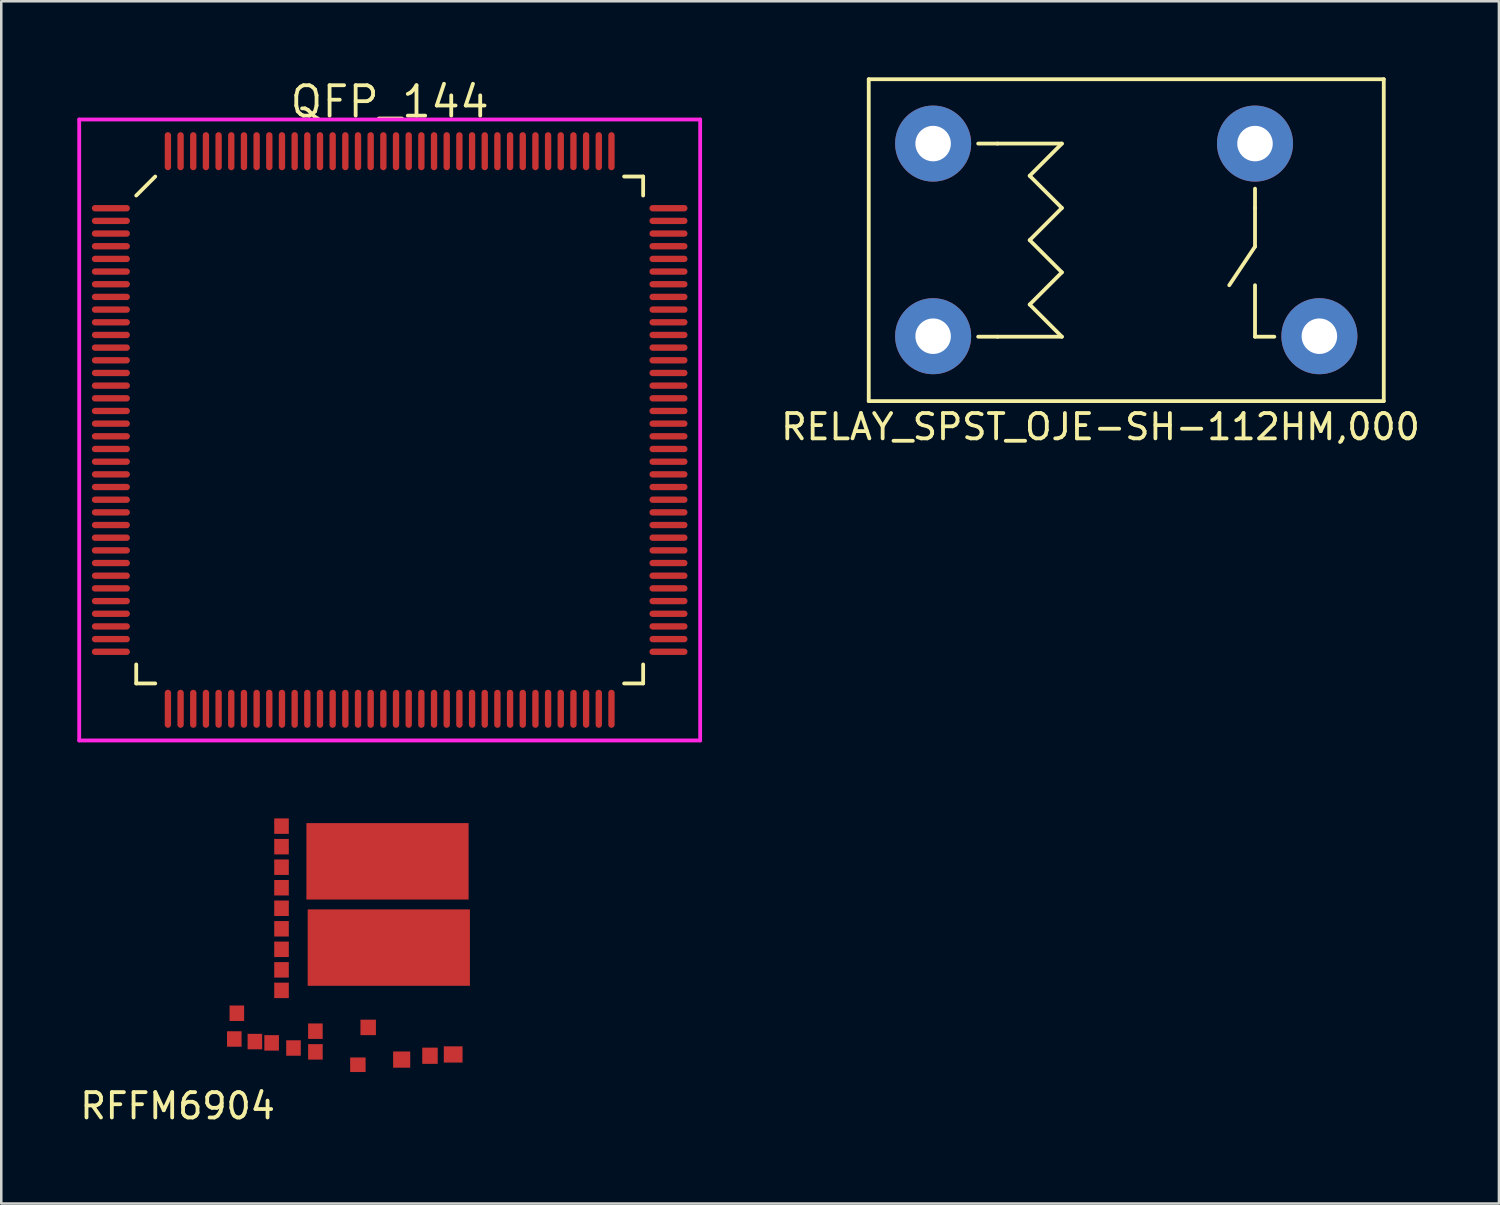
<source format=kicad_pcb>
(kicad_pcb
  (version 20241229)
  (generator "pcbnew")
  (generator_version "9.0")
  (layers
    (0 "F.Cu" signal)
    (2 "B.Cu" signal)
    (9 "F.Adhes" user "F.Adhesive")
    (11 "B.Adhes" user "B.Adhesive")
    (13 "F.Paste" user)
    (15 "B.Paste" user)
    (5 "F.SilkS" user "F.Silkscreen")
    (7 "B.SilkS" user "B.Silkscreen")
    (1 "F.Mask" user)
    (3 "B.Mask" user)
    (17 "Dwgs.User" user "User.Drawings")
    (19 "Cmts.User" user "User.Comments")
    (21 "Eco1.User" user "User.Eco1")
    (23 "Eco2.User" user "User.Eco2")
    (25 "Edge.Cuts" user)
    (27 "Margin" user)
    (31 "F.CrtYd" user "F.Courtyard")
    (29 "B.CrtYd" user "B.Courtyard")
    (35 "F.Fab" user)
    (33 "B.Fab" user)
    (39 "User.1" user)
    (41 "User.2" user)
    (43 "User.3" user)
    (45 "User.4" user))
  (footprint "QFP_144"
    (layer "F.Cu")
    (at 12.325 13.915)
    (property "Reference" "QFP_144" (at 0 -12.95 0) (layer "F.SilkS") (effects (font (size 1.2 1.2) (thickness 0.15))))
    (attr through_hole)
    (fp_line (start -10 -9.25) (end -9.25 -10) (stroke (width 0.15) (type solid)) (layer "F.SilkS"))
    (fp_line (start -10 10) (end -10 9.25) (stroke (width 0.15) (type solid)) (layer "F.SilkS"))
    (fp_line (start -9.25 10) (end -10 10) (stroke (width 0.15) (type solid)) (layer "F.SilkS"))
    (fp_line (start 9.25 -10) (end 10 -10) (stroke (width 0.15) (type solid)) (layer "F.SilkS"))
    (fp_line (start 9.25 10) (end 10 10) (stroke (width 0.15) (type solid)) (layer "F.SilkS"))
    (fp_line (start 10 -10) (end 10 -9.25) (stroke (width 0.15) (type solid)) (layer "F.SilkS"))
    (fp_line (start 10 10) (end 10 9.25) (stroke (width 0.15) (type solid)) (layer "F.SilkS"))
    (fp_line (start -12.25 -12.25) (end 12.25 -12.25) (stroke (width 0.15) (type solid)) (layer "F.CrtYd"))
    (fp_line (start -12.25 12.25) (end -12.25 -12.25) (stroke (width 0.15) (type solid)) (layer "F.CrtYd"))
    (fp_line (start 12.25 -12.25) (end 12.25 12.25) (stroke (width 0.15) (type solid)) (layer "F.CrtYd"))
    (fp_line (start 12.25 12.25) (end -12.25 12.25) (stroke (width 0.15) (type solid)) (layer "F.CrtYd"))
    (pad "1" smd oval (at -11 -8.75 90) (size 0.25 1.5) (layers "F.Cu" "F.Mask" "F.Paste"))
    (pad "2" smd oval (at -11 -8.25 90) (size 0.25 1.5) (layers "F.Cu" "F.Mask" "F.Paste"))
    (pad "3" smd oval (at -11 -7.75 90) (size 0.25 1.5) (layers "F.Cu" "F.Mask" "F.Paste"))
    (pad "4" smd oval (at -11 -7.25 90) (size 0.25 1.5) (layers "F.Cu" "F.Mask" "F.Paste"))
    (pad "5" smd oval (at -11 -6.75 90) (size 0.25 1.5) (layers "F.Cu" "F.Mask" "F.Paste"))
    (pad "6" smd oval (at -11 -6.25 90) (size 0.25 1.5) (layers "F.Cu" "F.Mask" "F.Paste"))
    (pad "7" smd oval (at -11 -5.75 90) (size 0.25 1.5) (layers "F.Cu" "F.Mask" "F.Paste"))
    (pad "8" smd oval (at -11 -5.25 90) (size 0.25 1.5) (layers "F.Cu" "F.Mask" "F.Paste"))
    (pad "9" smd oval (at -11 -4.75 90) (size 0.25 1.5) (layers "F.Cu" "F.Mask" "F.Paste"))
    (pad "10" smd oval (at -11 -4.25 90) (size 0.25 1.5) (layers "F.Cu" "F.Mask" "F.Paste"))
    (pad "11" smd oval (at -11 -3.75 90) (size 0.25 1.5) (layers "F.Cu" "F.Mask" "F.Paste"))
    (pad "12" smd oval (at -11 -3.25 90) (size 0.25 1.5) (layers "F.Cu" "F.Mask" "F.Paste"))
    (pad "13" smd oval (at -11 -2.75 90) (size 0.25 1.5) (layers "F.Cu" "F.Mask" "F.Paste"))
    (pad "14" smd oval (at -11 -2.25 90) (size 0.25 1.5) (layers "F.Cu" "F.Mask" "F.Paste"))
    (pad "15" smd oval (at -11 -1.75 90) (size 0.25 1.5) (layers "F.Cu" "F.Mask" "F.Paste"))
    (pad "16" smd oval (at -11 -1.25 90) (size 0.25 1.5) (layers "F.Cu" "F.Mask" "F.Paste"))
    (pad "17" smd oval (at -11 -0.75 90) (size 0.25 1.5) (layers "F.Cu" "F.Mask" "F.Paste"))
    (pad "18" smd oval (at -11 -0.25 90) (size 0.25 1.5) (layers "F.Cu" "F.Mask" "F.Paste"))
    (pad "19" smd oval (at -11 0.25 90) (size 0.25 1.5) (layers "F.Cu" "F.Mask" "F.Paste"))
    (pad "20" smd oval (at -11 0.75 90) (size 0.25 1.5) (layers "F.Cu" "F.Mask" "F.Paste"))
    (pad "21" smd oval (at -11 1.25 90) (size 0.25 1.5) (layers "F.Cu" "F.Mask" "F.Paste"))
    (pad "22" smd oval (at -11 1.75 90) (size 0.25 1.5) (layers "F.Cu" "F.Mask" "F.Paste"))
    (pad "23" smd oval (at -11 2.25 90) (size 0.25 1.5) (layers "F.Cu" "F.Mask" "F.Paste"))
    (pad "24" smd oval (at -11 2.75 90) (size 0.25 1.5) (layers "F.Cu" "F.Mask" "F.Paste"))
    (pad "25" smd oval (at -11 3.25 90) (size 0.25 1.5) (layers "F.Cu" "F.Mask" "F.Paste"))
    (pad "26" smd oval (at -11 3.75 90) (size 0.25 1.5) (layers "F.Cu" "F.Mask" "F.Paste"))
    (pad "27" smd oval (at -11 4.25 90) (size 0.25 1.5) (layers "F.Cu" "F.Mask" "F.Paste"))
    (pad "28" smd oval (at -11 4.75 90) (size 0.25 1.5) (layers "F.Cu" "F.Mask" "F.Paste"))
    (pad "29" smd oval (at -11 5.25 90) (size 0.25 1.5) (layers "F.Cu" "F.Mask" "F.Paste"))
    (pad "30" smd oval (at -11 5.75 90) (size 0.25 1.5) (layers "F.Cu" "F.Mask" "F.Paste"))
    (pad "31" smd oval (at -11 6.25 90) (size 0.25 1.5) (layers "F.Cu" "F.Mask" "F.Paste"))
    (pad "32" smd oval (at -11 6.75 90) (size 0.25 1.5) (layers "F.Cu" "F.Mask" "F.Paste"))
    (pad "33" smd oval (at -11 7.25 90) (size 0.25 1.5) (layers "F.Cu" "F.Mask" "F.Paste"))
    (pad "34" smd oval (at -11 7.75 90) (size 0.25 1.5) (layers "F.Cu" "F.Mask" "F.Paste"))
    (pad "35" smd oval (at -11 8.25 90) (size 0.25 1.5) (layers "F.Cu" "F.Mask" "F.Paste"))
    (pad "36" smd oval (at -11 8.75 90) (size 0.25 1.5) (layers "F.Cu" "F.Mask" "F.Paste"))
    (pad "37" smd oval (at -8.75 11) (size 0.25 1.5) (layers "F.Cu" "F.Mask" "F.Paste"))
    (pad "38" smd oval (at -8.25 11) (size 0.25 1.5) (layers "F.Cu" "F.Mask" "F.Paste"))
    (pad "39" smd oval (at -7.75 11) (size 0.25 1.5) (layers "F.Cu" "F.Mask" "F.Paste"))
    (pad "40" smd oval (at -7.25 11) (size 0.25 1.5) (layers "F.Cu" "F.Mask" "F.Paste"))
    (pad "41" smd oval (at -6.75 11) (size 0.25 1.5) (layers "F.Cu" "F.Mask" "F.Paste"))
    (pad "42" smd oval (at -6.25 11) (size 0.25 1.5) (layers "F.Cu" "F.Mask" "F.Paste"))
    (pad "43" smd oval (at -5.75 11) (size 0.25 1.5) (layers "F.Cu" "F.Mask" "F.Paste"))
    (pad "44" smd oval (at -5.25 11) (size 0.25 1.5) (layers "F.Cu" "F.Mask" "F.Paste"))
    (pad "45" smd oval (at -4.75 11) (size 0.25 1.5) (layers "F.Cu" "F.Mask" "F.Paste"))
    (pad "46" smd oval (at -4.25 11) (size 0.25 1.5) (layers "F.Cu" "F.Mask" "F.Paste"))
    (pad "47" smd oval (at -3.75 11) (size 0.25 1.5) (layers "F.Cu" "F.Mask" "F.Paste"))
    (pad "48" smd oval (at -3.25 11) (size 0.25 1.5) (layers "F.Cu" "F.Mask" "F.Paste"))
    (pad "49" smd oval (at -2.75 11) (size 0.25 1.5) (layers "F.Cu" "F.Mask" "F.Paste"))
    (pad "50" smd oval (at -2.25 11) (size 0.25 1.5) (layers "F.Cu" "F.Mask" "F.Paste"))
    (pad "51" smd oval (at -1.75 11) (size 0.25 1.5) (layers "F.Cu" "F.Mask" "F.Paste"))
    (pad "52" smd oval (at -1.25 11) (size 0.25 1.5) (layers "F.Cu" "F.Mask" "F.Paste"))
    (pad "53" smd oval (at -0.75 11) (size 0.25 1.5) (layers "F.Cu" "F.Mask" "F.Paste"))
    (pad "54" smd oval (at -0.25 11) (size 0.25 1.5) (layers "F.Cu" "F.Mask" "F.Paste"))
    (pad "55" smd oval (at 0.25 11) (size 0.25 1.5) (layers "F.Cu" "F.Mask" "F.Paste"))
    (pad "56" smd oval (at 0.75 11) (size 0.25 1.5) (layers "F.Cu" "F.Mask" "F.Paste"))
    (pad "57" smd oval (at 1.25 11) (size 0.25 1.5) (layers "F.Cu" "F.Mask" "F.Paste"))
    (pad "58" smd oval (at 1.75 11) (size 0.25 1.5) (layers "F.Cu" "F.Mask" "F.Paste"))
    (pad "59" smd oval (at 2.25 11) (size 0.25 1.5) (layers "F.Cu" "F.Mask" "F.Paste"))
    (pad "60" smd oval (at 2.75 11) (size 0.25 1.5) (layers "F.Cu" "F.Mask" "F.Paste"))
    (pad "61" smd oval (at 3.25 11) (size 0.25 1.5) (layers "F.Cu" "F.Mask" "F.Paste"))
    (pad "62" smd oval (at 3.75 11) (size 0.25 1.5) (layers "F.Cu" "F.Mask" "F.Paste"))
    (pad "63" smd oval (at 4.25 11) (size 0.25 1.5) (layers "F.Cu" "F.Mask" "F.Paste"))
    (pad "64" smd oval (at 4.75 11) (size 0.25 1.5) (layers "F.Cu" "F.Mask" "F.Paste"))
    (pad "65" smd oval (at 5.25 11) (size 0.25 1.5) (layers "F.Cu" "F.Mask" "F.Paste"))
    (pad "66" smd oval (at 5.75 11) (size 0.25 1.5) (layers "F.Cu" "F.Mask" "F.Paste"))
    (pad "67" smd oval (at 6.25 11) (size 0.25 1.5) (layers "F.Cu" "F.Mask" "F.Paste"))
    (pad "68" smd oval (at 6.75 11) (size 0.25 1.5) (layers "F.Cu" "F.Mask" "F.Paste"))
    (pad "69" smd oval (at 7.25 11) (size 0.25 1.5) (layers "F.Cu" "F.Mask" "F.Paste"))
    (pad "70" smd oval (at 7.75 11) (size 0.25 1.5) (layers "F.Cu" "F.Mask" "F.Paste"))
    (pad "71" smd oval (at 8.25 11) (size 0.25 1.5) (layers "F.Cu" "F.Mask" "F.Paste"))
    (pad "72" smd oval (at 8.75 11) (size 0.25 1.5) (layers "F.Cu" "F.Mask" "F.Paste"))
    (pad "73" smd oval (at 11 8.75 90) (size 0.25 1.5) (layers "F.Cu" "F.Mask" "F.Paste"))
    (pad "74" smd oval (at 11 8.25 90) (size 0.25 1.5) (layers "F.Cu" "F.Mask" "F.Paste"))
    (pad "75" smd oval (at 11 7.75 90) (size 0.25 1.5) (layers "F.Cu" "F.Mask" "F.Paste"))
    (pad "76" smd oval (at 11 7.25 90) (size 0.25 1.5) (layers "F.Cu" "F.Mask" "F.Paste"))
    (pad "77" smd oval (at 11 6.75 90) (size 0.25 1.5) (layers "F.Cu" "F.Mask" "F.Paste"))
    (pad "78" smd oval (at 11 6.25 90) (size 0.25 1.5) (layers "F.Cu" "F.Mask" "F.Paste"))
    (pad "79" smd oval (at 11 5.75 90) (size 0.25 1.5) (layers "F.Cu" "F.Mask" "F.Paste"))
    (pad "80" smd oval (at 11 5.25 90) (size 0.25 1.5) (layers "F.Cu" "F.Mask" "F.Paste"))
    (pad "81" smd oval (at 11 4.75 90) (size 0.25 1.5) (layers "F.Cu" "F.Mask" "F.Paste"))
    (pad "82" smd oval (at 11 4.25 90) (size 0.25 1.5) (layers "F.Cu" "F.Mask" "F.Paste"))
    (pad "83" smd oval (at 11 3.75 90) (size 0.25 1.5) (layers "F.Cu" "F.Mask" "F.Paste"))
    (pad "84" smd oval (at 11 3.25 90) (size 0.25 1.5) (layers "F.Cu" "F.Mask" "F.Paste"))
    (pad "85" smd oval (at 11 2.75 90) (size 0.25 1.5) (layers "F.Cu" "F.Mask" "F.Paste"))
    (pad "86" smd oval (at 11 2.25 90) (size 0.25 1.5) (layers "F.Cu" "F.Mask" "F.Paste"))
    (pad "87" smd oval (at 11 1.75 90) (size 0.25 1.5) (layers "F.Cu" "F.Mask" "F.Paste"))
    (pad "88" smd oval (at 11 1.25 90) (size 0.25 1.5) (layers "F.Cu" "F.Mask" "F.Paste"))
    (pad "89" smd oval (at 11 0.75 90) (size 0.25 1.5) (layers "F.Cu" "F.Mask" "F.Paste"))
    (pad "90" smd oval (at 11 0.25 90) (size 0.25 1.5) (layers "F.Cu" "F.Mask" "F.Paste"))
    (pad "91" smd oval (at 11 -0.25 90) (size 0.25 1.5) (layers "F.Cu" "F.Mask" "F.Paste"))
    (pad "92" smd oval (at 11 -0.75 90) (size 0.25 1.5) (layers "F.Cu" "F.Mask" "F.Paste"))
    (pad "93" smd oval (at 11 -1.25 90) (size 0.25 1.5) (layers "F.Cu" "F.Mask" "F.Paste"))
    (pad "94" smd oval (at 11 -1.75 90) (size 0.25 1.5) (layers "F.Cu" "F.Mask" "F.Paste"))
    (pad "95" smd oval (at 11 -2.25 90) (size 0.25 1.5) (layers "F.Cu" "F.Mask" "F.Paste"))
    (pad "96" smd oval (at 11 -2.75 90) (size 0.25 1.5) (layers "F.Cu" "F.Mask" "F.Paste"))
    (pad "97" smd oval (at 11 -3.25 90) (size 0.25 1.5) (layers "F.Cu" "F.Mask" "F.Paste"))
    (pad "98" smd oval (at 11 -3.75 90) (size 0.25 1.5) (layers "F.Cu" "F.Mask" "F.Paste"))
    (pad "99" smd oval (at 11 -4.25 90) (size 0.25 1.5) (layers "F.Cu" "F.Mask" "F.Paste"))
    (pad "100" smd oval (at 11 -4.75 90) (size 0.25 1.5) (layers "F.Cu" "F.Mask" "F.Paste"))
    (pad "101" smd oval (at 11 -5.25 90) (size 0.25 1.5) (layers "F.Cu" "F.Mask" "F.Paste"))
    (pad "102" smd oval (at 11 -5.75 90) (size 0.25 1.5) (layers "F.Cu" "F.Mask" "F.Paste"))
    (pad "103" smd oval (at 11 -6.25 90) (size 0.25 1.5) (layers "F.Cu" "F.Mask" "F.Paste"))
    (pad "104" smd oval (at 11 -6.75 90) (size 0.25 1.5) (layers "F.Cu" "F.Mask" "F.Paste"))
    (pad "105" smd oval (at 11 -7.25 90) (size 0.25 1.5) (layers "F.Cu" "F.Mask" "F.Paste"))
    (pad "106" smd oval (at 11 -7.75 90) (size 0.25 1.5) (layers "F.Cu" "F.Mask" "F.Paste"))
    (pad "107" smd oval (at 11 -8.25 90) (size 0.25 1.5) (layers "F.Cu" "F.Mask" "F.Paste"))
    (pad "108" smd oval (at 11 -8.75 90) (size 0.25 1.5) (layers "F.Cu" "F.Mask" "F.Paste"))
    (pad "109" smd oval (at 8.75 -11) (size 0.25 1.5) (layers "F.Cu" "F.Mask" "F.Paste"))
    (pad "110" smd oval (at 8.25 -11) (size 0.25 1.5) (layers "F.Cu" "F.Mask" "F.Paste"))
    (pad "111" smd oval (at 7.75 -11) (size 0.25 1.5) (layers "F.Cu" "F.Mask" "F.Paste"))
    (pad "112" smd oval (at 7.25 -11) (size 0.25 1.5) (layers "F.Cu" "F.Mask" "F.Paste"))
    (pad "113" smd oval (at 6.75 -11) (size 0.25 1.5) (layers "F.Cu" "F.Mask" "F.Paste"))
    (pad "114" smd oval (at 6.25 -11) (size 0.25 1.5) (layers "F.Cu" "F.Mask" "F.Paste"))
    (pad "115" smd oval (at 5.75 -11) (size 0.25 1.5) (layers "F.Cu" "F.Mask" "F.Paste"))
    (pad "116" smd oval (at 5.25 -11) (size 0.25 1.5) (layers "F.Cu" "F.Mask" "F.Paste"))
    (pad "117" smd oval (at 4.75 -11) (size 0.25 1.5) (layers "F.Cu" "F.Mask" "F.Paste"))
    (pad "118" smd oval (at 4.25 -11) (size 0.25 1.5) (layers "F.Cu" "F.Mask" "F.Paste"))
    (pad "119" smd oval (at 3.75 -11) (size 0.25 1.5) (layers "F.Cu" "F.Mask" "F.Paste"))
    (pad "120" smd oval (at 3.25 -11) (size 0.25 1.5) (layers "F.Cu" "F.Mask" "F.Paste"))
    (pad "121" smd oval (at 2.75 -11) (size 0.25 1.5) (layers "F.Cu" "F.Mask" "F.Paste"))
    (pad "122" smd oval (at 2.25 -11) (size 0.25 1.5) (layers "F.Cu" "F.Mask" "F.Paste"))
    (pad "123" smd oval (at 1.75 -11) (size 0.25 1.5) (layers "F.Cu" "F.Mask" "F.Paste"))
    (pad "124" smd oval (at 1.25 -11) (size 0.25 1.5) (layers "F.Cu" "F.Mask" "F.Paste"))
    (pad "125" smd oval (at 0.75 -11) (size 0.25 1.5) (layers "F.Cu" "F.Mask" "F.Paste"))
    (pad "126" smd oval (at 0.25 -11) (size 0.25 1.5) (layers "F.Cu" "F.Mask" "F.Paste"))
    (pad "127" smd oval (at -0.25 -11) (size 0.25 1.5) (layers "F.Cu" "F.Mask" "F.Paste"))
    (pad "128" smd oval (at -0.75 -11) (size 0.25 1.5) (layers "F.Cu" "F.Mask" "F.Paste"))
    (pad "129" smd oval (at -1.25 -11) (size 0.25 1.5) (layers "F.Cu" "F.Mask" "F.Paste"))
    (pad "130" smd oval (at -1.75 -11) (size 0.25 1.5) (layers "F.Cu" "F.Mask" "F.Paste"))
    (pad "131" smd oval (at -2.25 -11) (size 0.25 1.5) (layers "F.Cu" "F.Mask" "F.Paste"))
    (pad "132" smd oval (at -2.75 -11) (size 0.25 1.5) (layers "F.Cu" "F.Mask" "F.Paste"))
    (pad "133" smd oval (at -3.25 -11) (size 0.25 1.5) (layers "F.Cu" "F.Mask" "F.Paste"))
    (pad "134" smd oval (at -3.75 -11) (size 0.25 1.5) (layers "F.Cu" "F.Mask" "F.Paste"))
    (pad "135" smd oval (at -4.25 -11) (size 0.25 1.5) (layers "F.Cu" "F.Mask" "F.Paste"))
    (pad "136" smd oval (at -4.75 -11) (size 0.25 1.5) (layers "F.Cu" "F.Mask" "F.Paste"))
    (pad "137" smd oval (at -5.25 -11) (size 0.25 1.5) (layers "F.Cu" "F.Mask" "F.Paste"))
    (pad "138" smd oval (at -5.75 -11) (size 0.25 1.5) (layers "F.Cu" "F.Mask" "F.Paste"))
    (pad "139" smd oval (at -6.25 -11) (size 0.25 1.5) (layers "F.Cu" "F.Mask" "F.Paste"))
    (pad "140" smd oval (at -6.75 -11) (size 0.25 1.5) (layers "F.Cu" "F.Mask" "F.Paste"))
    (pad "141" smd oval (at -7.25 -11) (size 0.25 1.5) (layers "F.Cu" "F.Mask" "F.Paste"))
    (pad "142" smd oval (at -7.75 -11) (size 0.25 1.5) (layers "F.Cu" "F.Mask" "F.Paste"))
    (pad "143" smd oval (at -8.25 -11) (size 0.25 1.5) (layers "F.Cu" "F.Mask" "F.Paste"))
    (pad "144" smd oval (at -8.75 -11) (size 0.25 1.5) (layers "F.Cu" "F.Mask" "F.Paste")))
  (footprint "RELAY_SPST_OJE-SH-112HM,000"
    (layer "F.Cu")
    (at 33.766 2.615)
    (property "Reference" "RELAY_SPST_OJE-SH-112HM,000" (at 6.604 11.176 0) (layer "F.SilkS") (effects (font (size 1 1) (thickness 0.15))))
    (attr through_hole)
    (fp_line (start -2.54 -2.54) (end -2.54 10.16) (stroke (width 0.15) (type solid)) (layer "F.SilkS"))
    (fp_line (start -2.54 10.16) (end 17.78 10.16) (stroke (width 0.15) (type solid)) (layer "F.SilkS"))
    (fp_line (start 2.54 0) (end 1.778 0) (stroke (width 0.15) (type solid)) (layer "F.SilkS"))
    (fp_line (start 2.54 0) (end 5.08 0) (stroke (width 0.15) (type solid)) (layer "F.SilkS"))
    (fp_line (start 2.54 7.62) (end 1.778 7.62) (stroke (width 0.15) (type solid)) (layer "F.SilkS"))
    (fp_line (start 3.81 1.27) (end 5.08 2.54) (stroke (width 0.15) (type solid)) (layer "F.SilkS"))
    (fp_line (start 3.81 3.81) (end 5.08 5.08) (stroke (width 0.15) (type solid)) (layer "F.SilkS"))
    (fp_line (start 3.81 6.35) (end 5.08 7.62) (stroke (width 0.15) (type solid)) (layer "F.SilkS"))
    (fp_line (start 5.08 0) (end 3.81 1.27) (stroke (width 0.15) (type solid)) (layer "F.SilkS"))
    (fp_line (start 5.08 2.54) (end 3.81 3.81) (stroke (width 0.15) (type solid)) (layer "F.SilkS"))
    (fp_line (start 5.08 5.08) (end 3.81 6.35) (stroke (width 0.15) (type solid)) (layer "F.SilkS"))
    (fp_line (start 5.08 7.62) (end 2.54 7.62) (stroke (width 0.15) (type solid)) (layer "F.SilkS"))
    (fp_line (start 12.7 2.54) (end 12.7 1.778) (stroke (width 0.15) (type solid)) (layer "F.SilkS"))
    (fp_line (start 12.7 2.54) (end 12.7 4.064) (stroke (width 0.15) (type solid)) (layer "F.SilkS"))
    (fp_line (start 12.7 4.064) (end 11.684 5.588) (stroke (width 0.15) (type solid)) (layer "F.SilkS"))
    (fp_line (start 12.7 5.588) (end 12.7 7.62) (stroke (width 0.15) (type solid)) (layer "F.SilkS"))
    (fp_line (start 12.7 7.62) (end 13.462 7.62) (stroke (width 0.15) (type solid)) (layer "F.SilkS"))
    (fp_line (start 17.78 -2.54) (end -2.54 -2.54) (stroke (width 0.15) (type solid)) (layer "F.SilkS"))
    (fp_line (start 17.78 10.16) (end 17.78 -2.54) (stroke (width 0.15) (type solid)) (layer "F.SilkS"))
    (pad "1" thru_hole circle (at 0 0) (size 3 3) (drill 1.4) (layers "*.Cu" "*.Mask"))
    (pad "2" thru_hole circle (at 0 7.6) (size 3 3) (drill 1.4) (layers "*.Cu" "*.Mask"))
    (pad "3" thru_hole circle (at 12.7 0) (size 3 3) (drill 1.4) (layers "*.Cu" "*.Mask"))
    (pad "4" thru_hole circle (at 15.24 7.6) (size 3 3) (drill 1.4) (layers "*.Cu" "*.Mask")))
  (footprint "RFFM6904"
    (layer "F.Cu")
    (at 9.394 36.775)
    (property "Reference" "RFFM6904" (at -5.436 3.81 0) (layer "F.SilkS") (effects (font (size 1 1) (thickness 0.15))))
    (attr through_hole)
    (pad "A" smd rect (at -3.2 1.168 180) (size 0.575 0.61) (layers "F.Cu" "F.Mask" "F.Paste"))
    (pad "A" smd rect (at -3.099 0.152 180) (size 0.575 0.61) (layers "F.Cu" "F.Mask" "F.Paste"))
    (pad "A" smd rect (at -2.388 1.27 180) (size 0.575 0.61) (layers "F.Cu" "F.Mask" "F.Paste"))
    (pad "A" smd rect (at -1.727 1.321 180) (size 0.575 0.61) (layers "F.Cu" "F.Mask" "F.Paste"))
    (pad "A" smd rect (at -1.337 -7.23 180) (size 0.575 0.61) (layers "F.Cu" "F.Mask" "F.Paste"))
    (pad "A" smd rect (at -1.337 -6.42 180) (size 0.575 0.61) (layers "F.Cu" "F.Mask" "F.Paste"))
    (pad "A" smd rect (at -1.337 -5.61 180) (size 0.575 0.61) (layers "F.Cu" "F.Mask" "F.Paste"))
    (pad "A" smd rect (at -1.337 -4.8 180) (size 0.575 0.61) (layers "F.Cu" "F.Mask" "F.Paste"))
    (pad "A" smd rect (at -1.337 -3.99 180) (size 0.575 0.61) (layers "F.Cu" "F.Mask" "F.Paste"))
    (pad "A" smd rect (at -1.337 -3.18 180) (size 0.575 0.61) (layers "F.Cu" "F.Mask" "F.Paste"))
    (pad "A" smd rect (at -1.337 -2.37 180) (size 0.575 0.61) (layers "F.Cu" "F.Mask" "F.Paste"))
    (pad "A" smd rect (at -1.337 -1.56 180) (size 0.575 0.61) (layers "F.Cu" "F.Mask" "F.Paste"))
    (pad "A" smd rect (at -1.337 -0.75 180) (size 0.575 0.61) (layers "F.Cu" "F.Mask" "F.Paste"))
    (pad "A" smd rect (at -0.864 1.524 180) (size 0.575 0.61) (layers "F.Cu" "F.Mask" "F.Paste"))
    (pad "A" smd rect (at 0 0.86 180) (size 0.575 0.61) (layers "F.Cu" "F.Mask" "F.Paste"))
    (pad "A" smd rect (at 0 1.676 180) (size 0.575 0.61) (layers "F.Cu" "F.Mask" "F.Paste"))
    (pad "B" smd rect (at 1.676 2.184) (size 0.61 0.575) (layers "F.Cu" "F.Mask" "F.Paste"))
    (pad "C" smd rect (at 2.083 0.711) (size 0.61 0.61) (layers "F.Cu" "F.Mask" "F.Paste"))
    (pad "D" smd rect (at 3.404 1.981) (size 0.675 0.64) (layers "F.Cu" "F.Mask" "F.Paste"))
    (pad "E" smd rect (at 4.521 1.829) (size 0.61 0.64) (layers "F.Cu" "F.Mask" "F.Paste"))
    (pad "F" smd rect (at 5.436 1.778) (size 0.74 0.64) (layers "F.Cu" "F.Mask" "F.Paste"))
    (pad "G" smd rect (at 2.845 -5.842) (size 6.4 3.015) (layers "F.Cu" "F.Mask" "F.Paste"))
    (pad "G" smd rect (at 2.896 -2.438) (size 6.4 3.015) (layers "F.Cu" "F.Mask" "F.Paste")))
  (gr_rect
    (start -3 -3)
    (end 56.09 44.434)
    (stroke (width 0.1) (type default))
    (fill no)
    (layer "Edge.Cuts")))
</source>
